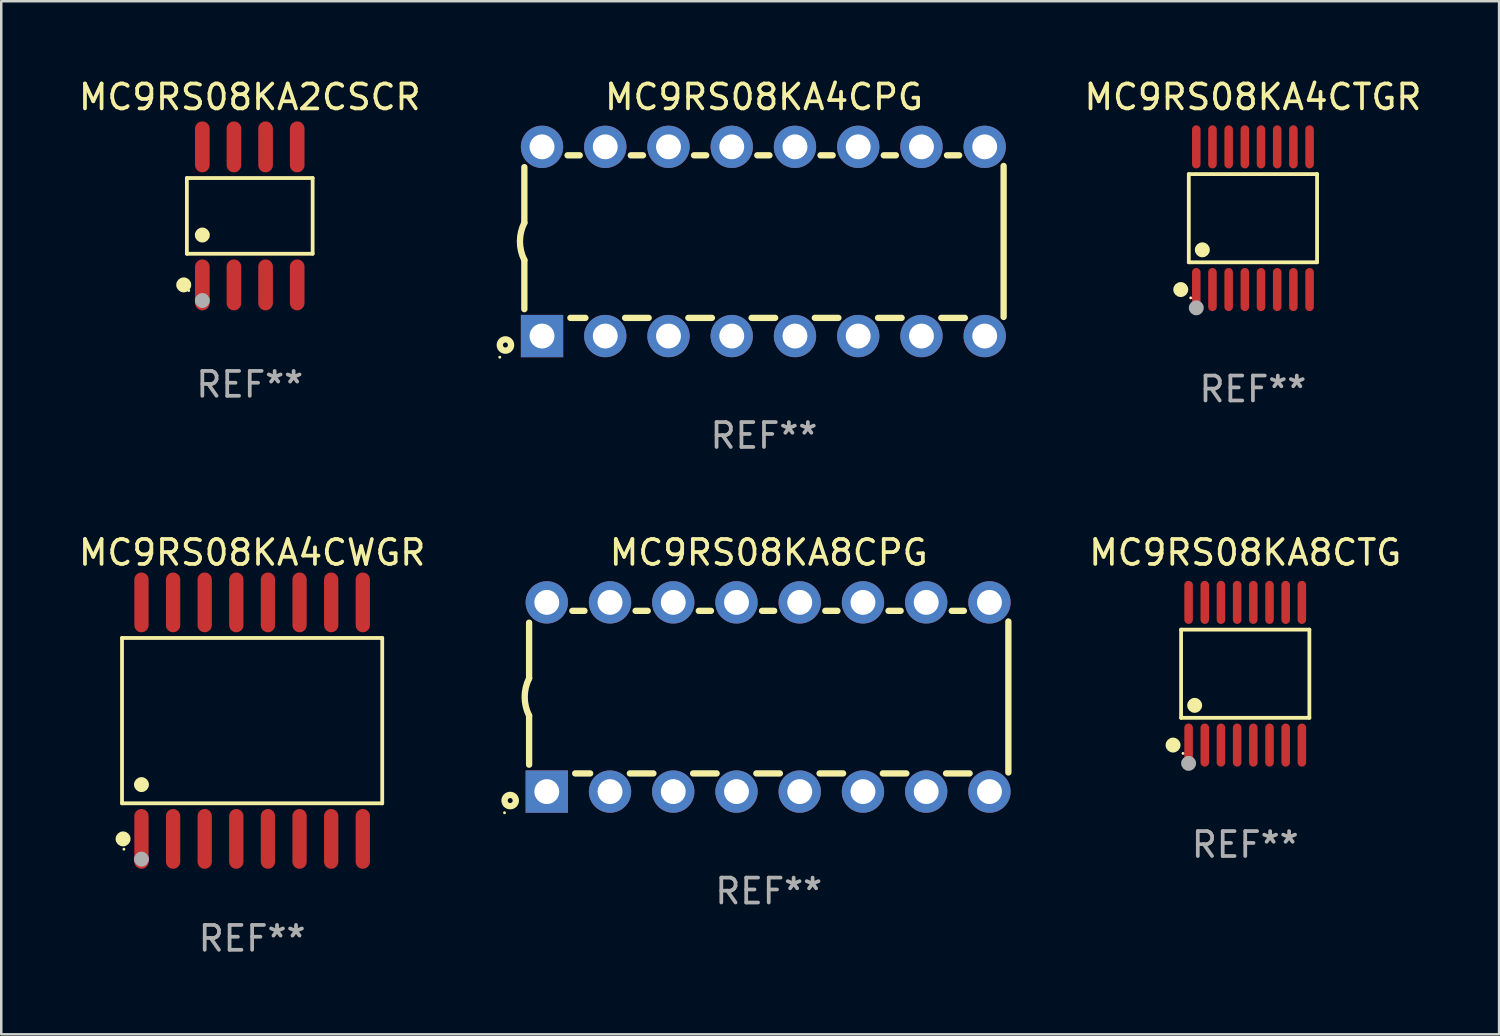
<source format=kicad_pcb>
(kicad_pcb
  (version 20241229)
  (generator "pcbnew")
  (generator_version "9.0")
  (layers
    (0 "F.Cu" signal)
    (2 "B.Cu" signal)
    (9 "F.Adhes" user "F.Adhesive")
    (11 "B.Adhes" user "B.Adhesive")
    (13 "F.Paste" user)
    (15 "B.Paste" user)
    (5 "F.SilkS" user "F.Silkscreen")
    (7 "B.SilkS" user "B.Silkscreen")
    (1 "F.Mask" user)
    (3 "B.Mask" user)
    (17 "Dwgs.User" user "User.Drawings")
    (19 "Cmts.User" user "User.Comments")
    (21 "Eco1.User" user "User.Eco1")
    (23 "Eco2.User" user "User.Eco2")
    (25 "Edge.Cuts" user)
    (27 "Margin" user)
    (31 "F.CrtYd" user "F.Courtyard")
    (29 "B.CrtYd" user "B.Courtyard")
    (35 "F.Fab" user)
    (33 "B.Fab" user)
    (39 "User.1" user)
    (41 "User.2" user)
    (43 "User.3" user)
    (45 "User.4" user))
  (footprint "MC9RS08KA4CWGR"
    (layer "F.Cu")
    (at 7.077 25.895)
    (property "Reference" "MC9RS08KA4CWGR" (at 0 -6.75 0) (layer "F.SilkS") (effects (font (size 1 1) (thickness 0.15))))
    (attr through_hole)
    (fp_line (start -5.226 -3.321) (end 5.226 -3.321) (stroke (width 0.152) (type solid)) (layer "F.SilkS"))
    (fp_line (start -5.226 3.321) (end -5.226 -3.321) (stroke (width 0.152) (type solid)) (layer "F.SilkS"))
    (fp_line (start 5.226 -3.321) (end 5.226 3.321) (stroke (width 0.152) (type solid)) (layer "F.SilkS"))
    (fp_line (start 5.226 3.321) (end -5.226 3.321) (stroke (width 0.152) (type solid)) (layer "F.SilkS"))
    (fp_circle (center -5.184 4.75) (end -5.034 4.75) (stroke (width 0.3) (type solid)) (fill no) (layer "F.SilkS"))
    (fp_circle (center -5.15 5.163) (end -5.12 5.163) (stroke (width 0.06) (type solid)) (fill no) (layer "F.SilkS"))
    (fp_circle (center -4.445 2.569) (end -4.295 2.569) (stroke (width 0.3) (type solid)) (fill no) (layer "F.SilkS"))
    (fp_circle (center -4.445 5.563) (end -4.295 5.563) (stroke (width 0.3) (type solid)) (fill no) (layer "F.Fab"))
    (fp_text user "REF**" (at 0 8.75 0) (layer "F.Fab") (effects (font (size 1 1) (thickness 0.15))))
    (pad "1" smd oval (at -4.445 4.75) (size 0.574 2.401) (layers "F.Cu" "F.Mask" "F.Paste"))
    (pad "2" smd oval (at -3.175 4.75) (size 0.574 2.401) (layers "F.Cu" "F.Mask" "F.Paste"))
    (pad "3" smd oval (at -1.905 4.75) (size 0.574 2.401) (layers "F.Cu" "F.Mask" "F.Paste"))
    (pad "4" smd oval (at -0.635 4.75) (size 0.574 2.401) (layers "F.Cu" "F.Mask" "F.Paste"))
    (pad "5" smd oval (at 0.635 4.75) (size 0.574 2.401) (layers "F.Cu" "F.Mask" "F.Paste"))
    (pad "6" smd oval (at 1.905 4.75) (size 0.574 2.401) (layers "F.Cu" "F.Mask" "F.Paste"))
    (pad "7" smd oval (at 3.175 4.75) (size 0.574 2.401) (layers "F.Cu" "F.Mask" "F.Paste"))
    (pad "8" smd oval (at 4.445 4.75) (size 0.574 2.401) (layers "F.Cu" "F.Mask" "F.Paste"))
    (pad "9" smd oval (at 4.445 -4.75) (size 0.574 2.401) (layers "F.Cu" "F.Mask" "F.Paste"))
    (pad "10" smd oval (at 3.175 -4.75) (size 0.574 2.401) (layers "F.Cu" "F.Mask" "F.Paste"))
    (pad "11" smd oval (at 1.905 -4.75) (size 0.574 2.401) (layers "F.Cu" "F.Mask" "F.Paste"))
    (pad "12" smd oval (at 0.635 -4.75) (size 0.574 2.401) (layers "F.Cu" "F.Mask" "F.Paste"))
    (pad "13" smd oval (at -0.635 -4.75) (size 0.574 2.401) (layers "F.Cu" "F.Mask" "F.Paste"))
    (pad "14" smd oval (at -1.905 -4.75) (size 0.574 2.401) (layers "F.Cu" "F.Mask" "F.Paste"))
    (pad "15" smd oval (at -3.175 -4.75) (size 0.574 2.401) (layers "F.Cu" "F.Mask" "F.Paste"))
    (pad "16" smd oval (at -4.445 -4.75) (size 0.574 2.401) (layers "F.Cu" "F.Mask" "F.Paste")))
  (footprint "MC9RS08KA8CPG"
    (layer "F.Cu")
    (at 27.827 24.945)
    (property "Reference" "MC9RS08KA8CPG" (at 0 -5.8 0) (layer "F.SilkS") (effects (font (size 1 1) (thickness 0.15))))
    (attr through_hole)
    (fp_line (start -9.625 -0.75) (end -9.625 -2.985) (stroke (width 0.254) (type solid)) (layer "F.SilkS"))
    (fp_line (start -9.625 0.749) (end -9.625 2.719) (stroke (width 0.254) (type solid)) (layer "F.SilkS"))
    (fp_line (start -7.889 -3.46) (end -7.401 -3.46) (stroke (width 0.254) (type solid)) (layer "F.SilkS"))
    (fp_line (start -7.775 3.07) (end -7.172 3.07) (stroke (width 0.254) (type solid)) (layer "F.SilkS"))
    (fp_line (start -5.578 3.07) (end -4.632 3.07) (stroke (width 0.254) (type solid)) (layer "F.SilkS"))
    (fp_line (start -5.349 -3.46) (end -4.861 -3.46) (stroke (width 0.254) (type solid)) (layer "F.SilkS"))
    (fp_line (start -3.038 3.07) (end -2.092 3.07) (stroke (width 0.254) (type solid)) (layer "F.SilkS"))
    (fp_line (start -2.809 -3.46) (end -2.321 -3.46) (stroke (width 0.254) (type solid)) (layer "F.SilkS"))
    (fp_line (start -0.498 3.07) (end 0.448 3.07) (stroke (width 0.254) (type solid)) (layer "F.SilkS"))
    (fp_line (start -0.269 -3.46) (end 0.219 -3.46) (stroke (width 0.254) (type solid)) (layer "F.SilkS"))
    (fp_line (start 2.042 3.07) (end 2.988 3.07) (stroke (width 0.254) (type solid)) (layer "F.SilkS"))
    (fp_line (start 2.271 -3.46) (end 2.759 -3.46) (stroke (width 0.254) (type solid)) (layer "F.SilkS"))
    (fp_line (start 4.582 3.07) (end 5.528 3.07) (stroke (width 0.254) (type solid)) (layer "F.SilkS"))
    (fp_line (start 4.811 -3.46) (end 5.299 -3.46) (stroke (width 0.254) (type solid)) (layer "F.SilkS"))
    (fp_line (start 7.122 3.07) (end 8.068 3.07) (stroke (width 0.254) (type solid)) (layer "F.SilkS"))
    (fp_line (start 7.351 -3.46) (end 7.839 -3.46) (stroke (width 0.254) (type solid)) (layer "F.SilkS"))
    (fp_line (start 9.625 3.032) (end 9.625 -3.032) (stroke (width 0.254) (type solid)) (layer "F.SilkS"))
    (fp_arc (start -9.62498 0.748819) (mid -9.801899 -0.000581) (end -9.625006 -0.749987) (stroke (width 0.254001) (type solid)) (layer "F.SilkS"))
    (fp_circle (center -10.612 4.65) (end -10.582 4.65) (stroke (width 0.06) (type solid)) (fill no) (layer "F.SilkS"))
    (fp_circle (center -10.385 4.16) (end -10.285 4.16) (stroke (width 0.254) (type solid)) (fill no) (layer "F.SilkS"))
    (fp_text user "REF**" (at 0 7.8 0) (layer "F.Fab") (effects (font (size 1 1) (thickness 0.15))))
    (pad "1" thru_hole rect (at -8.915 3.8 90) (size 1.7 1.7) (drill 1) (layers "*.Cu" "*.Mask"))
    (pad "2" thru_hole circle (at -6.375 3.8) (size 1.7 1.7) (drill 1) (layers "*.Cu" "*.Mask"))
    (pad "3" thru_hole circle (at -3.835 3.8) (size 1.7 1.7) (drill 1) (layers "*.Cu" "*.Mask"))
    (pad "4" thru_hole circle (at -1.295 3.8) (size 1.7 1.7) (drill 1) (layers "*.Cu" "*.Mask"))
    (pad "5" thru_hole circle (at 1.245 3.8) (size 1.7 1.7) (drill 1) (layers "*.Cu" "*.Mask"))
    (pad "6" thru_hole circle (at 3.785 3.8) (size 1.7 1.7) (drill 1) (layers "*.Cu" "*.Mask"))
    (pad "7" thru_hole circle (at 6.325 3.8) (size 1.7 1.7) (drill 1) (layers "*.Cu" "*.Mask"))
    (pad "8" thru_hole circle (at 8.865 3.8) (size 1.7 1.7) (drill 1) (layers "*.Cu" "*.Mask"))
    (pad "9" thru_hole circle (at 8.865 -3.8) (size 1.7 1.7) (drill 1) (layers "*.Cu" "*.Mask"))
    (pad "10" thru_hole circle (at 6.325 -3.8) (size 1.7 1.7) (drill 1) (layers "*.Cu" "*.Mask"))
    (pad "11" thru_hole circle (at 3.785 -3.8) (size 1.7 1.7) (drill 1) (layers "*.Cu" "*.Mask"))
    (pad "12" thru_hole circle (at 1.245 -3.8) (size 1.7 1.7) (drill 1) (layers "*.Cu" "*.Mask"))
    (pad "13" thru_hole circle (at -1.295 -3.8) (size 1.7 1.7) (drill 1) (layers "*.Cu" "*.Mask"))
    (pad "14" thru_hole circle (at -3.835 -3.8) (size 1.7 1.7) (drill 1) (layers "*.Cu" "*.Mask"))
    (pad "15" thru_hole circle (at -6.375 -3.8) (size 1.7 1.7) (drill 1) (layers "*.Cu" "*.Mask"))
    (pad "16" thru_hole circle (at -8.915 -3.8) (size 1.7 1.7) (drill 1) (layers "*.Cu" "*.Mask")))
  (footprint "MC9RS08KA2CSCR"
    (layer "F.Cu")
    (at 6.982 5.621)
    (property "Reference" "MC9RS08KA2CSCR" (at 0 -4.772 0) (layer "F.SilkS") (effects (font (size 1 1) (thickness 0.15))))
    (attr through_hole)
    (fp_line (start -2.526 -1.521) (end 2.526 -1.521) (stroke (width 0.152) (type solid)) (layer "F.SilkS"))
    (fp_line (start -2.526 1.521) (end -2.526 -1.521) (stroke (width 0.152) (type solid)) (layer "F.SilkS"))
    (fp_line (start 2.526 -1.521) (end 2.526 1.521) (stroke (width 0.152) (type solid)) (layer "F.SilkS"))
    (fp_line (start 2.526 1.521) (end -2.526 1.521) (stroke (width 0.152) (type solid)) (layer "F.SilkS"))
    (fp_circle (center -2.652 2.772) (end -2.501 2.772) (stroke (width 0.3) (type solid)) (fill no) (layer "F.SilkS"))
    (fp_circle (center -2.45 3) (end -2.42 3) (stroke (width 0.06) (type solid)) (fill no) (layer "F.SilkS"))
    (fp_circle (center -1.905 0.769) (end -1.755 0.769) (stroke (width 0.3) (type solid)) (fill no) (layer "F.SilkS"))
    (fp_circle (center -1.905 3.4) (end -1.755 3.4) (stroke (width 0.3) (type solid)) (fill no) (layer "F.Fab"))
    (fp_text user "REF**" (at 0 6.772 0) (layer "F.Fab") (effects (font (size 1 1) (thickness 0.15))))
    (pad "1" smd oval (at -1.905 2.772) (size 0.588 2.045) (layers "F.Cu" "F.Mask" "F.Paste"))
    (pad "2" smd oval (at -0.635 2.772) (size 0.588 2.045) (layers "F.Cu" "F.Mask" "F.Paste"))
    (pad "3" smd oval (at 0.635 2.772) (size 0.588 2.045) (layers "F.Cu" "F.Mask" "F.Paste"))
    (pad "4" smd oval (at 1.905 2.772) (size 0.588 2.045) (layers "F.Cu" "F.Mask" "F.Paste"))
    (pad "5" smd oval (at 1.905 -2.772) (size 0.588 2.045) (layers "F.Cu" "F.Mask" "F.Paste"))
    (pad "6" smd oval (at 0.635 -2.772) (size 0.588 2.045) (layers "F.Cu" "F.Mask" "F.Paste"))
    (pad "7" smd oval (at -0.635 -2.772) (size 0.588 2.045) (layers "F.Cu" "F.Mask" "F.Paste"))
    (pad "8" smd oval (at -1.905 -2.772) (size 0.588 2.045) (layers "F.Cu" "F.Mask" "F.Paste")))
  (footprint "MC9RS08KA4CPG"
    (layer "F.Cu")
    (at 27.636 6.648)
    (property "Reference" "MC9RS08KA4CPG" (at 0 -5.8 0) (layer "F.SilkS") (effects (font (size 1 1) (thickness 0.15))))
    (attr through_hole)
    (fp_line (start -9.625 -0.75) (end -9.625 -2.985) (stroke (width 0.254) (type solid)) (layer "F.SilkS"))
    (fp_line (start -9.625 0.749) (end -9.625 2.719) (stroke (width 0.254) (type solid)) (layer "F.SilkS"))
    (fp_line (start -7.889 -3.46) (end -7.401 -3.46) (stroke (width 0.254) (type solid)) (layer "F.SilkS"))
    (fp_line (start -7.775 3.07) (end -7.172 3.07) (stroke (width 0.254) (type solid)) (layer "F.SilkS"))
    (fp_line (start -5.578 3.07) (end -4.632 3.07) (stroke (width 0.254) (type solid)) (layer "F.SilkS"))
    (fp_line (start -5.349 -3.46) (end -4.861 -3.46) (stroke (width 0.254) (type solid)) (layer "F.SilkS"))
    (fp_line (start -3.038 3.07) (end -2.092 3.07) (stroke (width 0.254) (type solid)) (layer "F.SilkS"))
    (fp_line (start -2.809 -3.46) (end -2.321 -3.46) (stroke (width 0.254) (type solid)) (layer "F.SilkS"))
    (fp_line (start -0.498 3.07) (end 0.448 3.07) (stroke (width 0.254) (type solid)) (layer "F.SilkS"))
    (fp_line (start -0.269 -3.46) (end 0.219 -3.46) (stroke (width 0.254) (type solid)) (layer "F.SilkS"))
    (fp_line (start 2.042 3.07) (end 2.988 3.07) (stroke (width 0.254) (type solid)) (layer "F.SilkS"))
    (fp_line (start 2.271 -3.46) (end 2.759 -3.46) (stroke (width 0.254) (type solid)) (layer "F.SilkS"))
    (fp_line (start 4.582 3.07) (end 5.528 3.07) (stroke (width 0.254) (type solid)) (layer "F.SilkS"))
    (fp_line (start 4.811 -3.46) (end 5.299 -3.46) (stroke (width 0.254) (type solid)) (layer "F.SilkS"))
    (fp_line (start 7.122 3.07) (end 8.068 3.07) (stroke (width 0.254) (type solid)) (layer "F.SilkS"))
    (fp_line (start 7.351 -3.46) (end 7.839 -3.46) (stroke (width 0.254) (type solid)) (layer "F.SilkS"))
    (fp_line (start 9.625 3.032) (end 9.625 -3.032) (stroke (width 0.254) (type solid)) (layer "F.SilkS"))
    (fp_arc (start -9.62498 0.748819) (mid -9.801899 -0.000581) (end -9.625006 -0.749987) (stroke (width 0.254001) (type solid)) (layer "F.SilkS"))
    (fp_circle (center -10.612 4.65) (end -10.582 4.65) (stroke (width 0.06) (type solid)) (fill no) (layer "F.SilkS"))
    (fp_circle (center -10.385 4.16) (end -10.285 4.16) (stroke (width 0.254) (type solid)) (fill no) (layer "F.SilkS"))
    (fp_text user "REF**" (at 0 7.8 0) (layer "F.Fab") (effects (font (size 1 1) (thickness 0.15))))
    (pad "1" thru_hole rect (at -8.915 3.8 90) (size 1.7 1.7) (drill 1) (layers "*.Cu" "*.Mask"))
    (pad "2" thru_hole circle (at -6.375 3.8) (size 1.7 1.7) (drill 1) (layers "*.Cu" "*.Mask"))
    (pad "3" thru_hole circle (at -3.835 3.8) (size 1.7 1.7) (drill 1) (layers "*.Cu" "*.Mask"))
    (pad "4" thru_hole circle (at -1.295 3.8) (size 1.7 1.7) (drill 1) (layers "*.Cu" "*.Mask"))
    (pad "5" thru_hole circle (at 1.245 3.8) (size 1.7 1.7) (drill 1) (layers "*.Cu" "*.Mask"))
    (pad "6" thru_hole circle (at 3.785 3.8) (size 1.7 1.7) (drill 1) (layers "*.Cu" "*.Mask"))
    (pad "7" thru_hole circle (at 6.325 3.8) (size 1.7 1.7) (drill 1) (layers "*.Cu" "*.Mask"))
    (pad "8" thru_hole circle (at 8.865 3.8) (size 1.7 1.7) (drill 1) (layers "*.Cu" "*.Mask"))
    (pad "9" thru_hole circle (at 8.865 -3.8) (size 1.7 1.7) (drill 1) (layers "*.Cu" "*.Mask"))
    (pad "10" thru_hole circle (at 6.325 -3.8) (size 1.7 1.7) (drill 1) (layers "*.Cu" "*.Mask"))
    (pad "11" thru_hole circle (at 3.785 -3.8) (size 1.7 1.7) (drill 1) (layers "*.Cu" "*.Mask"))
    (pad "12" thru_hole circle (at 1.245 -3.8) (size 1.7 1.7) (drill 1) (layers "*.Cu" "*.Mask"))
    (pad "13" thru_hole circle (at -1.295 -3.8) (size 1.7 1.7) (drill 1) (layers "*.Cu" "*.Mask"))
    (pad "14" thru_hole circle (at -3.835 -3.8) (size 1.7 1.7) (drill 1) (layers "*.Cu" "*.Mask"))
    (pad "15" thru_hole circle (at -6.375 -3.8) (size 1.7 1.7) (drill 1) (layers "*.Cu" "*.Mask"))
    (pad "16" thru_hole circle (at -8.915 -3.8) (size 1.7 1.7) (drill 1) (layers "*.Cu" "*.Mask")))
  (footprint "MC9RS08KA8CTG"
    (layer "F.Cu")
    (at 46.966 24.011)
    (property "Reference" "MC9RS08KA8CTG" (at 0 -4.866 0) (layer "F.SilkS") (effects (font (size 1 1) (thickness 0.15))))
    (attr through_hole)
    (fp_line (start -2.576 -1.772) (end 2.576 -1.772) (stroke (width 0.152) (type solid)) (layer "F.SilkS"))
    (fp_line (start -2.576 1.771) (end -2.576 -1.772) (stroke (width 0.152) (type solid)) (layer "F.SilkS"))
    (fp_line (start 2.576 -1.772) (end 2.576 1.771) (stroke (width 0.152) (type solid)) (layer "F.SilkS"))
    (fp_line (start 2.576 1.771) (end -2.576 1.771) (stroke (width 0.152) (type solid)) (layer "F.SilkS"))
    (fp_circle (center -2.899 2.866) (end -2.749 2.866) (stroke (width 0.3) (type solid)) (fill no) (layer "F.SilkS"))
    (fp_circle (center -2.5 3.2) (end -2.47 3.2) (stroke (width 0.06) (type solid)) (fill no) (layer "F.SilkS"))
    (fp_circle (center -2.032 1.27) (end -1.882 1.27) (stroke (width 0.3) (type solid)) (fill no) (layer "F.SilkS"))
    (fp_circle (center -2.275 3.6) (end -2.125 3.6) (stroke (width 0.3) (type solid)) (fill no) (layer "F.Fab"))
    (fp_text user "REF**" (at 0 6.866 0) (layer "F.Fab") (effects (font (size 1 1) (thickness 0.15))))
    (pad "1" smd oval (at -2.275 2.866) (size 0.343 1.731) (layers "F.Cu" "F.Mask" "F.Paste"))
    (pad "2" smd oval (at -1.625 2.866) (size 0.343 1.731) (layers "F.Cu" "F.Mask" "F.Paste"))
    (pad "3" smd oval (at -0.975 2.866) (size 0.343 1.731) (layers "F.Cu" "F.Mask" "F.Paste"))
    (pad "4" smd oval (at -0.325 2.866) (size 0.343 1.731) (layers "F.Cu" "F.Mask" "F.Paste"))
    (pad "5" smd oval (at 0.325 2.866) (size 0.343 1.731) (layers "F.Cu" "F.Mask" "F.Paste"))
    (pad "6" smd oval (at 0.975 2.866) (size 0.343 1.731) (layers "F.Cu" "F.Mask" "F.Paste"))
    (pad "7" smd oval (at 1.625 2.866) (size 0.343 1.731) (layers "F.Cu" "F.Mask" "F.Paste"))
    (pad "8" smd oval (at 2.275 2.866) (size 0.343 1.731) (layers "F.Cu" "F.Mask" "F.Paste"))
    (pad "9" smd oval (at 2.275 -2.866) (size 0.343 1.731) (layers "F.Cu" "F.Mask" "F.Paste"))
    (pad "10" smd oval (at 1.625 -2.866) (size 0.343 1.731) (layers "F.Cu" "F.Mask" "F.Paste"))
    (pad "11" smd oval (at 0.975 -2.866) (size 0.343 1.731) (layers "F.Cu" "F.Mask" "F.Paste"))
    (pad "12" smd oval (at 0.325 -2.866) (size 0.343 1.731) (layers "F.Cu" "F.Mask" "F.Paste"))
    (pad "13" smd oval (at -0.325 -2.866) (size 0.343 1.731) (layers "F.Cu" "F.Mask" "F.Paste"))
    (pad "14" smd oval (at -0.975 -2.866) (size 0.343 1.731) (layers "F.Cu" "F.Mask" "F.Paste"))
    (pad "15" smd oval (at -1.625 -2.866) (size 0.343 1.731) (layers "F.Cu" "F.Mask" "F.Paste"))
    (pad "16" smd oval (at -2.275 -2.866) (size 0.343 1.731) (layers "F.Cu" "F.Mask" "F.Paste")))
  (footprint "MC9RS08KA4CTGR"
    (layer "F.Cu")
    (at 47.275 5.714)
    (property "Reference" "MC9RS08KA4CTGR" (at 0 -4.866 0) (layer "F.SilkS") (effects (font (size 1 1) (thickness 0.15))))
    (attr through_hole)
    (fp_line (start -2.576 -1.772) (end 2.576 -1.772) (stroke (width 0.152) (type solid)) (layer "F.SilkS"))
    (fp_line (start -2.576 1.771) (end -2.576 -1.772) (stroke (width 0.152) (type solid)) (layer "F.SilkS"))
    (fp_line (start 2.576 -1.772) (end 2.576 1.771) (stroke (width 0.152) (type solid)) (layer "F.SilkS"))
    (fp_line (start 2.576 1.771) (end -2.576 1.771) (stroke (width 0.152) (type solid)) (layer "F.SilkS"))
    (fp_circle (center -2.899 2.866) (end -2.749 2.866) (stroke (width 0.3) (type solid)) (fill no) (layer "F.SilkS"))
    (fp_circle (center -2.5 3.2) (end -2.47 3.2) (stroke (width 0.06) (type solid)) (fill no) (layer "F.SilkS"))
    (fp_circle (center -2.032 1.27) (end -1.882 1.27) (stroke (width 0.3) (type solid)) (fill no) (layer "F.SilkS"))
    (fp_circle (center -2.275 3.6) (end -2.125 3.6) (stroke (width 0.3) (type solid)) (fill no) (layer "F.Fab"))
    (fp_text user "REF**" (at 0 6.866 0) (layer "F.Fab") (effects (font (size 1 1) (thickness 0.15))))
    (pad "1" smd oval (at -2.275 2.866) (size 0.343 1.731) (layers "F.Cu" "F.Mask" "F.Paste"))
    (pad "2" smd oval (at -1.625 2.866) (size 0.343 1.731) (layers "F.Cu" "F.Mask" "F.Paste"))
    (pad "3" smd oval (at -0.975 2.866) (size 0.343 1.731) (layers "F.Cu" "F.Mask" "F.Paste"))
    (pad "4" smd oval (at -0.325 2.866) (size 0.343 1.731) (layers "F.Cu" "F.Mask" "F.Paste"))
    (pad "5" smd oval (at 0.325 2.866) (size 0.343 1.731) (layers "F.Cu" "F.Mask" "F.Paste"))
    (pad "6" smd oval (at 0.975 2.866) (size 0.343 1.731) (layers "F.Cu" "F.Mask" "F.Paste"))
    (pad "7" smd oval (at 1.625 2.866) (size 0.343 1.731) (layers "F.Cu" "F.Mask" "F.Paste"))
    (pad "8" smd oval (at 2.275 2.866) (size 0.343 1.731) (layers "F.Cu" "F.Mask" "F.Paste"))
    (pad "9" smd oval (at 2.275 -2.866) (size 0.343 1.731) (layers "F.Cu" "F.Mask" "F.Paste"))
    (pad "10" smd oval (at 1.625 -2.866) (size 0.343 1.731) (layers "F.Cu" "F.Mask" "F.Paste"))
    (pad "11" smd oval (at 0.975 -2.866) (size 0.343 1.731) (layers "F.Cu" "F.Mask" "F.Paste"))
    (pad "12" smd oval (at 0.325 -2.866) (size 0.343 1.731) (layers "F.Cu" "F.Mask" "F.Paste"))
    (pad "13" smd oval (at -0.325 -2.866) (size 0.343 1.731) (layers "F.Cu" "F.Mask" "F.Paste"))
    (pad "14" smd oval (at -0.975 -2.866) (size 0.343 1.731) (layers "F.Cu" "F.Mask" "F.Paste"))
    (pad "15" smd oval (at -1.625 -2.866) (size 0.343 1.731) (layers "F.Cu" "F.Mask" "F.Paste"))
    (pad "16" smd oval (at -2.275 -2.866) (size 0.343 1.731) (layers "F.Cu" "F.Mask" "F.Paste")))
  (gr_rect
    (start -3 -3)
    (end 57.162 38.494)
    (stroke (width 0.1) (type default))
    (fill no)
    (layer "Edge.Cuts")))
</source>
